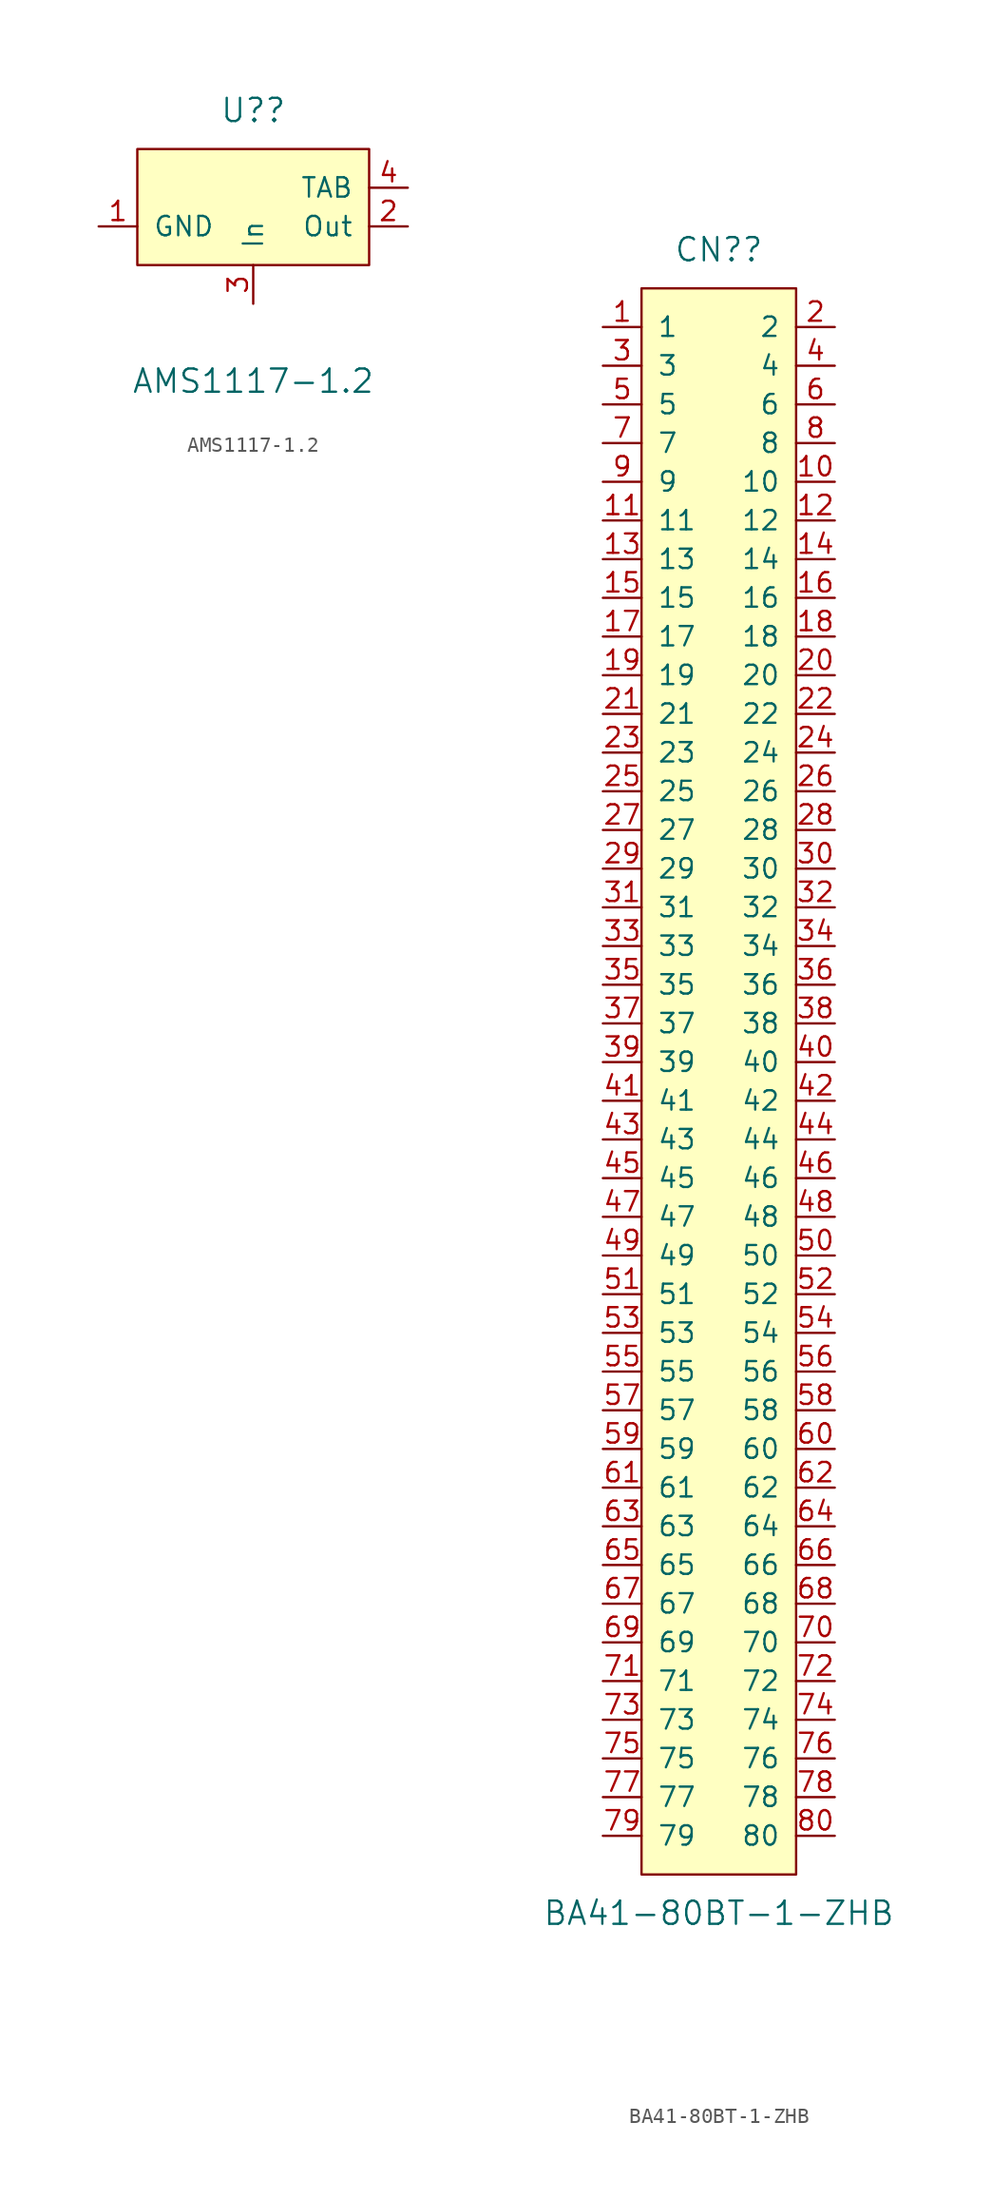
<source format=kicad_sym>
(kicad_symbol_lib
  (version 20211014)
  (generator kicad_symbol_editor)
  (symbol "AMS1117-1.2"
    (pin_names
      (offset 1.016))
    (property "Reference" "U?"
      (at 0 8.89 0)
      (effects (font (size 1.524 1.524))))
    (property "Value" "AMS1117-1.2"
      (at 0 -8.89 0)
      (effects (font (size 1.524 1.524))))
    (property "ki_locked" ""
      (at 0 0 0)
      (effects (font (size 1.27 1.27))))
    (symbol "AMS1117-1.2_1_1"
      (rectangle (start -7.62 6.35) (end 7.62 -1.27) (stroke (width 0) (type default) (color 0 0 0 0)) (fill (type background)))
      (pin unspecified line (at -10.16 1.27 0) (length 2.54) (name "GND" (effects (font (size 1.27 1.27)))) (number "1" (effects (font (size 1.27 1.27)))))
      (pin unspecified line (at 10.16 1.27 180) (length 2.54) (name "Out" (effects (font (size 1.27 1.27)))) (number "2" (effects (font (size 1.27 1.27)))))
      (pin unspecified line (at 0 -3.81 90) (length 2.54) (name "In" (effects (font (size 1.27 1.27)))) (number "3" (effects (font (size 1.27 1.27)))))
      (pin unspecified line (at 10.16 3.81 180) (length 2.54) (name "TAB" (effects (font (size 1.27 1.27)))) (number "4" (effects (font (size 1.27 1.27)))))))
  (symbol "BA41-80BT-1-ZHB"
    (pin_names
      (offset 1.016))
    (property "Reference" "CN?"
      (at 0 55.88 0)
      (effects (font (size 1.524 1.524))))
    (property "Value" "BA41-80BT-1-ZHB"
      (at 0 -53.34 0)
      (effects (font (size 1.524 1.524))))
    (property "ki_locked" ""
      (at 0 0 0)
      (effects (font (size 1.27 1.27))))
    (symbol "BA41-80BT-1-ZHB_1_1"
      (rectangle (start -5.08 53.34) (end 5.08 -50.8) (stroke (width 0) (type default) (color 0 0 0 0)) (fill (type background)))
      (pin unspecified line (at -7.62 50.8 0) (length 2.54) (name "1" (effects (font (size 1.27 1.27)))) (number "1" (effects (font (size 1.27 1.27)))))
      (pin unspecified line (at 7.62 40.64 180) (length 2.54) (name "10" (effects (font (size 1.27 1.27)))) (number "10" (effects (font (size 1.27 1.27)))))
      (pin unspecified line (at -7.62 38.1 0) (length 2.54) (name "11" (effects (font (size 1.27 1.27)))) (number "11" (effects (font (size 1.27 1.27)))))
      (pin unspecified line (at 7.62 38.1 180) (length 2.54) (name "12" (effects (font (size 1.27 1.27)))) (number "12" (effects (font (size 1.27 1.27)))))
      (pin unspecified line (at -7.62 35.56 0) (length 2.54) (name "13" (effects (font (size 1.27 1.27)))) (number "13" (effects (font (size 1.27 1.27)))))
      (pin unspecified line (at 7.62 35.56 180) (length 2.54) (name "14" (effects (font (size 1.27 1.27)))) (number "14" (effects (font (size 1.27 1.27)))))
      (pin unspecified line (at -7.62 33.02 0) (length 2.54) (name "15" (effects (font (size 1.27 1.27)))) (number "15" (effects (font (size 1.27 1.27)))))
      (pin unspecified line (at 7.62 33.02 180) (length 2.54) (name "16" (effects (font (size 1.27 1.27)))) (number "16" (effects (font (size 1.27 1.27)))))
      (pin unspecified line (at -7.62 30.48 0) (length 2.54) (name "17" (effects (font (size 1.27 1.27)))) (number "17" (effects (font (size 1.27 1.27)))))
      (pin unspecified line (at 7.62 30.48 180) (length 2.54) (name "18" (effects (font (size 1.27 1.27)))) (number "18" (effects (font (size 1.27 1.27)))))
      (pin unspecified line (at -7.62 27.94 0) (length 2.54) (name "19" (effects (font (size 1.27 1.27)))) (number "19" (effects (font (size 1.27 1.27)))))
      (pin unspecified line (at 7.62 50.8 180) (length 2.54) (name "2" (effects (font (size 1.27 1.27)))) (number "2" (effects (font (size 1.27 1.27)))))
      (pin unspecified line (at 7.62 27.94 180) (length 2.54) (name "20" (effects (font (size 1.27 1.27)))) (number "20" (effects (font (size 1.27 1.27)))))
      (pin unspecified line (at -7.62 25.4 0) (length 2.54) (name "21" (effects (font (size 1.27 1.27)))) (number "21" (effects (font (size 1.27 1.27)))))
      (pin unspecified line (at 7.62 25.4 180) (length 2.54) (name "22" (effects (font (size 1.27 1.27)))) (number "22" (effects (font (size 1.27 1.27)))))
      (pin unspecified line (at -7.62 22.86 0) (length 2.54) (name "23" (effects (font (size 1.27 1.27)))) (number "23" (effects (font (size 1.27 1.27)))))
      (pin unspecified line (at 7.62 22.86 180) (length 2.54) (name "24" (effects (font (size 1.27 1.27)))) (number "24" (effects (font (size 1.27 1.27)))))
      (pin unspecified line (at -7.62 20.32 0) (length 2.54) (name "25" (effects (font (size 1.27 1.27)))) (number "25" (effects (font (size 1.27 1.27)))))
      (pin unspecified line (at 7.62 20.32 180) (length 2.54) (name "26" (effects (font (size 1.27 1.27)))) (number "26" (effects (font (size 1.27 1.27)))))
      (pin unspecified line (at -7.62 17.78 0) (length 2.54) (name "27" (effects (font (size 1.27 1.27)))) (number "27" (effects (font (size 1.27 1.27)))))
      (pin unspecified line (at 7.62 17.78 180) (length 2.54) (name "28" (effects (font (size 1.27 1.27)))) (number "28" (effects (font (size 1.27 1.27)))))
      (pin unspecified line (at -7.62 15.24 0) (length 2.54) (name "29" (effects (font (size 1.27 1.27)))) (number "29" (effects (font (size 1.27 1.27)))))
      (pin unspecified line (at -7.62 48.26 0) (length 2.54) (name "3" (effects (font (size 1.27 1.27)))) (number "3" (effects (font (size 1.27 1.27)))))
      (pin unspecified line (at 7.62 15.24 180) (length 2.54) (name "30" (effects (font (size 1.27 1.27)))) (number "30" (effects (font (size 1.27 1.27)))))
      (pin unspecified line (at -7.62 12.7 0) (length 2.54) (name "31" (effects (font (size 1.27 1.27)))) (number "31" (effects (font (size 1.27 1.27)))))
      (pin unspecified line (at 7.62 12.7 180) (length 2.54) (name "32" (effects (font (size 1.27 1.27)))) (number "32" (effects (font (size 1.27 1.27)))))
      (pin unspecified line (at -7.62 10.16 0) (length 2.54) (name "33" (effects (font (size 1.27 1.27)))) (number "33" (effects (font (size 1.27 1.27)))))
      (pin unspecified line (at 7.62 10.16 180) (length 2.54) (name "34" (effects (font (size 1.27 1.27)))) (number "34" (effects (font (size 1.27 1.27)))))
      (pin unspecified line (at -7.62 7.62 0) (length 2.54) (name "35" (effects (font (size 1.27 1.27)))) (number "35" (effects (font (size 1.27 1.27)))))
      (pin unspecified line (at 7.62 7.62 180) (length 2.54) (name "36" (effects (font (size 1.27 1.27)))) (number "36" (effects (font (size 1.27 1.27)))))
      (pin unspecified line (at -7.62 5.08 0) (length 2.54) (name "37" (effects (font (size 1.27 1.27)))) (number "37" (effects (font (size 1.27 1.27)))))
      (pin unspecified line (at 7.62 5.08 180) (length 2.54) (name "38" (effects (font (size 1.27 1.27)))) (number "38" (effects (font (size 1.27 1.27)))))
      (pin unspecified line (at -7.62 2.54 0) (length 2.54) (name "39" (effects (font (size 1.27 1.27)))) (number "39" (effects (font (size 1.27 1.27)))))
      (pin unspecified line (at 7.62 48.26 180) (length 2.54) (name "4" (effects (font (size 1.27 1.27)))) (number "4" (effects (font (size 1.27 1.27)))))
      (pin unspecified line (at 7.62 2.54 180) (length 2.54) (name "40" (effects (font (size 1.27 1.27)))) (number "40" (effects (font (size 1.27 1.27)))))
      (pin unspecified line (at -7.62 0 0) (length 2.54) (name "41" (effects (font (size 1.27 1.27)))) (number "41" (effects (font (size 1.27 1.27)))))
      (pin unspecified line (at 7.62 0 180) (length 2.54) (name "42" (effects (font (size 1.27 1.27)))) (number "42" (effects (font (size 1.27 1.27)))))
      (pin unspecified line (at -7.62 -2.54 0) (length 2.54) (name "43" (effects (font (size 1.27 1.27)))) (number "43" (effects (font (size 1.27 1.27)))))
      (pin unspecified line (at 7.62 -2.54 180) (length 2.54) (name "44" (effects (font (size 1.27 1.27)))) (number "44" (effects (font (size 1.27 1.27)))))
      (pin unspecified line (at -7.62 -5.08 0) (length 2.54) (name "45" (effects (font (size 1.27 1.27)))) (number "45" (effects (font (size 1.27 1.27)))))
      (pin unspecified line (at 7.62 -5.08 180) (length 2.54) (name "46" (effects (font (size 1.27 1.27)))) (number "46" (effects (font (size 1.27 1.27)))))
      (pin unspecified line (at -7.62 -7.62 0) (length 2.54) (name "47" (effects (font (size 1.27 1.27)))) (number "47" (effects (font (size 1.27 1.27)))))
      (pin unspecified line (at 7.62 -7.62 180) (length 2.54) (name "48" (effects (font (size 1.27 1.27)))) (number "48" (effects (font (size 1.27 1.27)))))
      (pin unspecified line (at -7.62 -10.16 0) (length 2.54) (name "49" (effects (font (size 1.27 1.27)))) (number "49" (effects (font (size 1.27 1.27)))))
      (pin unspecified line (at -7.62 45.72 0) (length 2.54) (name "5" (effects (font (size 1.27 1.27)))) (number "5" (effects (font (size 1.27 1.27)))))
      (pin unspecified line (at 7.62 -10.16 180) (length 2.54) (name "50" (effects (font (size 1.27 1.27)))) (number "50" (effects (font (size 1.27 1.27)))))
      (pin unspecified line (at -7.62 -12.7 0) (length 2.54) (name "51" (effects (font (size 1.27 1.27)))) (number "51" (effects (font (size 1.27 1.27)))))
      (pin unspecified line (at 7.62 -12.7 180) (length 2.54) (name "52" (effects (font (size 1.27 1.27)))) (number "52" (effects (font (size 1.27 1.27)))))
      (pin unspecified line (at -7.62 -15.24 0) (length 2.54) (name "53" (effects (font (size 1.27 1.27)))) (number "53" (effects (font (size 1.27 1.27)))))
      (pin unspecified line (at 7.62 -15.24 180) (length 2.54) (name "54" (effects (font (size 1.27 1.27)))) (number "54" (effects (font (size 1.27 1.27)))))
      (pin unspecified line (at -7.62 -17.78 0) (length 2.54) (name "55" (effects (font (size 1.27 1.27)))) (number "55" (effects (font (size 1.27 1.27)))))
      (pin unspecified line (at 7.62 -17.78 180) (length 2.54) (name "56" (effects (font (size 1.27 1.27)))) (number "56" (effects (font (size 1.27 1.27)))))
      (pin unspecified line (at -7.62 -20.32 0) (length 2.54) (name "57" (effects (font (size 1.27 1.27)))) (number "57" (effects (font (size 1.27 1.27)))))
      (pin unspecified line (at 7.62 -20.32 180) (length 2.54) (name "58" (effects (font (size 1.27 1.27)))) (number "58" (effects (font (size 1.27 1.27)))))
      (pin unspecified line (at -7.62 -22.86 0) (length 2.54) (name "59" (effects (font (size 1.27 1.27)))) (number "59" (effects (font (size 1.27 1.27)))))
      (pin unspecified line (at 7.62 45.72 180) (length 2.54) (name "6" (effects (font (size 1.27 1.27)))) (number "6" (effects (font (size 1.27 1.27)))))
      (pin unspecified line (at 7.62 -22.86 180) (length 2.54) (name "60" (effects (font (size 1.27 1.27)))) (number "60" (effects (font (size 1.27 1.27)))))
      (pin unspecified line (at -7.62 -25.4 0) (length 2.54) (name "61" (effects (font (size 1.27 1.27)))) (number "61" (effects (font (size 1.27 1.27)))))
      (pin unspecified line (at 7.62 -25.4 180) (length 2.54) (name "62" (effects (font (size 1.27 1.27)))) (number "62" (effects (font (size 1.27 1.27)))))
      (pin unspecified line (at -7.62 -27.94 0) (length 2.54) (name "63" (effects (font (size 1.27 1.27)))) (number "63" (effects (font (size 1.27 1.27)))))
      (pin unspecified line (at 7.62 -27.94 180) (length 2.54) (name "64" (effects (font (size 1.27 1.27)))) (number "64" (effects (font (size 1.27 1.27)))))
      (pin unspecified line (at -7.62 -30.48 0) (length 2.54) (name "65" (effects (font (size 1.27 1.27)))) (number "65" (effects (font (size 1.27 1.27)))))
      (pin unspecified line (at 7.62 -30.48 180) (length 2.54) (name "66" (effects (font (size 1.27 1.27)))) (number "66" (effects (font (size 1.27 1.27)))))
      (pin unspecified line (at -7.62 -33.02 0) (length 2.54) (name "67" (effects (font (size 1.27 1.27)))) (number "67" (effects (font (size 1.27 1.27)))))
      (pin unspecified line (at 7.62 -33.02 180) (length 2.54) (name "68" (effects (font (size 1.27 1.27)))) (number "68" (effects (font (size 1.27 1.27)))))
      (pin unspecified line (at -7.62 -35.56 0) (length 2.54) (name "69" (effects (font (size 1.27 1.27)))) (number "69" (effects (font (size 1.27 1.27)))))
      (pin unspecified line (at -7.62 43.18 0) (length 2.54) (name "7" (effects (font (size 1.27 1.27)))) (number "7" (effects (font (size 1.27 1.27)))))
      (pin unspecified line (at 7.62 -35.56 180) (length 2.54) (name "70" (effects (font (size 1.27 1.27)))) (number "70" (effects (font (size 1.27 1.27)))))
      (pin unspecified line (at -7.62 -38.1 0) (length 2.54) (name "71" (effects (font (size 1.27 1.27)))) (number "71" (effects (font (size 1.27 1.27)))))
      (pin unspecified line (at 7.62 -38.1 180) (length 2.54) (name "72" (effects (font (size 1.27 1.27)))) (number "72" (effects (font (size 1.27 1.27)))))
      (pin unspecified line (at -7.62 -40.64 0) (length 2.54) (name "73" (effects (font (size 1.27 1.27)))) (number "73" (effects (font (size 1.27 1.27)))))
      (pin unspecified line (at 7.62 -40.64 180) (length 2.54) (name "74" (effects (font (size 1.27 1.27)))) (number "74" (effects (font (size 1.27 1.27)))))
      (pin unspecified line (at -7.62 -43.18 0) (length 2.54) (name "75" (effects (font (size 1.27 1.27)))) (number "75" (effects (font (size 1.27 1.27)))))
      (pin unspecified line (at 7.62 -43.18 180) (length 2.54) (name "76" (effects (font (size 1.27 1.27)))) (number "76" (effects (font (size 1.27 1.27)))))
      (pin unspecified line (at -7.62 -45.72 0) (length 2.54) (name "77" (effects (font (size 1.27 1.27)))) (number "77" (effects (font (size 1.27 1.27)))))
      (pin unspecified line (at 7.62 -45.72 180) (length 2.54) (name "78" (effects (font (size 1.27 1.27)))) (number "78" (effects (font (size 1.27 1.27)))))
      (pin unspecified line (at -7.62 -48.26 0) (length 2.54) (name "79" (effects (font (size 1.27 1.27)))) (number "79" (effects (font (size 1.27 1.27)))))
      (pin unspecified line (at 7.62 43.18 180) (length 2.54) (name "8" (effects (font (size 1.27 1.27)))) (number "8" (effects (font (size 1.27 1.27)))))
      (pin unspecified line (at 7.62 -48.26 180) (length 2.54) (name "80" (effects (font (size 1.27 1.27)))) (number "80" (effects (font (size 1.27 1.27)))))
      (pin unspecified line (at -7.62 40.64 0) (length 2.54) (name "9" (effects (font (size 1.27 1.27)))) (number "9" (effects (font (size 1.27 1.27))))))))
</source>
